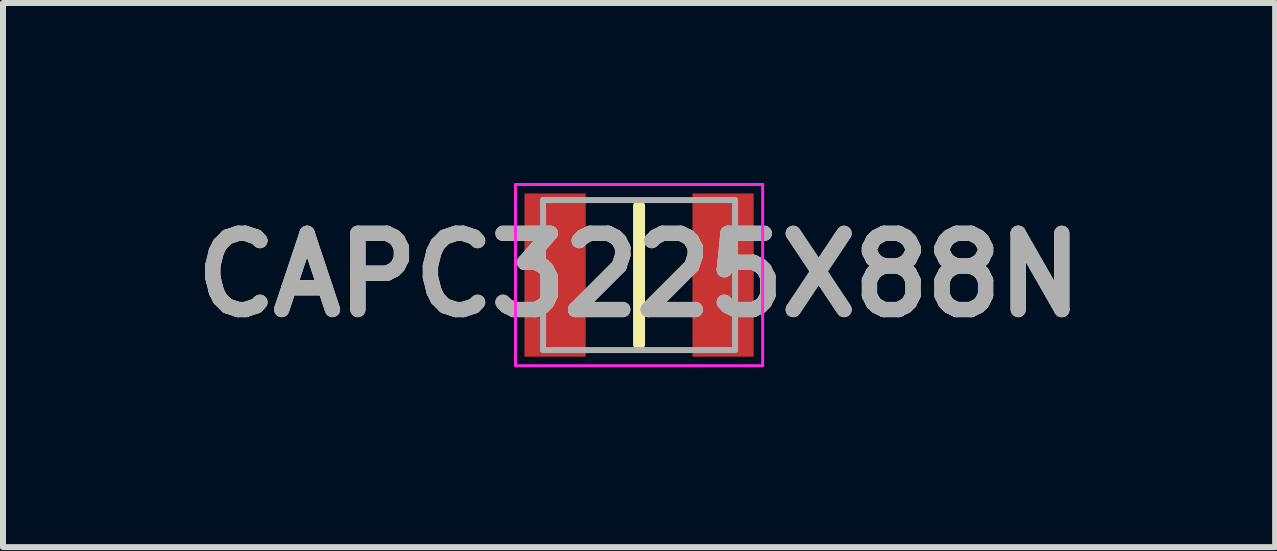
<source format=kicad_pcb>
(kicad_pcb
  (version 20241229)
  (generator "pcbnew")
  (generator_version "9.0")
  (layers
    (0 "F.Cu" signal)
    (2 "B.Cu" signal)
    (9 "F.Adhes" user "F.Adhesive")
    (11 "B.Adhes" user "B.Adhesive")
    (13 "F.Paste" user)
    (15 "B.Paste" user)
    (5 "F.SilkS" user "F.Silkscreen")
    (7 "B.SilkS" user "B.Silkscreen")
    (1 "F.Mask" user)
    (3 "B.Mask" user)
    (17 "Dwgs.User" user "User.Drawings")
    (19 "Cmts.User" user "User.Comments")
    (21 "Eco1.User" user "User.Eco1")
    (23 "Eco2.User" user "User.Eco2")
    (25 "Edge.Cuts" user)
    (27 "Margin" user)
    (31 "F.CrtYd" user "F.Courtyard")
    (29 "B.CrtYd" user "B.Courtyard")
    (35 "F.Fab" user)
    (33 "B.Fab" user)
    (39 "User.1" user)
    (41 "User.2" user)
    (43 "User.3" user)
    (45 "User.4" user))
  (footprint "CAPC3225X88N"
    (layer "F.Cu")
    (at 7.602 1.535)
    (property "Reference" "CAPC3225X88N" (at 0 0 0) (layer "F.SilkS") (effects (font (size 1.27 1.27) (thickness 0.254))))
    (attr smd)
    (fp_line (start 0 -1.15) (end 0 1.15) (stroke (width 0.2) (type solid)) (layer "F.SilkS"))
    (fp_line (start -2.06 -1.51) (end 2.06 -1.51) (stroke (width 0.05) (type solid)) (layer "F.CrtYd"))
    (fp_line (start -2.06 1.51) (end -2.06 -1.51) (stroke (width 0.05) (type solid)) (layer "F.CrtYd"))
    (fp_line (start 2.06 -1.51) (end 2.06 1.51) (stroke (width 0.05) (type solid)) (layer "F.CrtYd"))
    (fp_line (start 2.06 1.51) (end -2.06 1.51) (stroke (width 0.05) (type solid)) (layer "F.CrtYd"))
    (fp_line (start -1.6 -1.25) (end 1.6 -1.25) (stroke (width 0.1) (type solid)) (layer "F.Fab"))
    (fp_line (start -1.6 1.25) (end -1.6 -1.25) (stroke (width 0.1) (type solid)) (layer "F.Fab"))
    (fp_line (start 1.6 -1.25) (end 1.6 1.25) (stroke (width 0.1) (type solid)) (layer "F.Fab"))
    (fp_line (start 1.6 1.25) (end -1.6 1.25) (stroke (width 0.1) (type solid)) (layer "F.Fab"))
    (fp_text user "${REFERENCE}" (at 0 0 0) (layer "F.Fab") (effects (font (size 1.27 1.27) (thickness 0.254))))
    (pad "1" smd rect (at -1.4 0) (size 1.02 2.72) (layers "F.Cu" "F.Mask" "F.Paste"))
    (pad "2" smd rect (at 1.4 0) (size 1.02 2.72) (layers "F.Cu" "F.Mask" "F.Paste")))
  (gr_rect
    (start -3 -3)
    (end 18.204 6.07)
    (stroke (width 0.1) (type default))
    (fill no)
    (layer "Edge.Cuts")))
</source>
